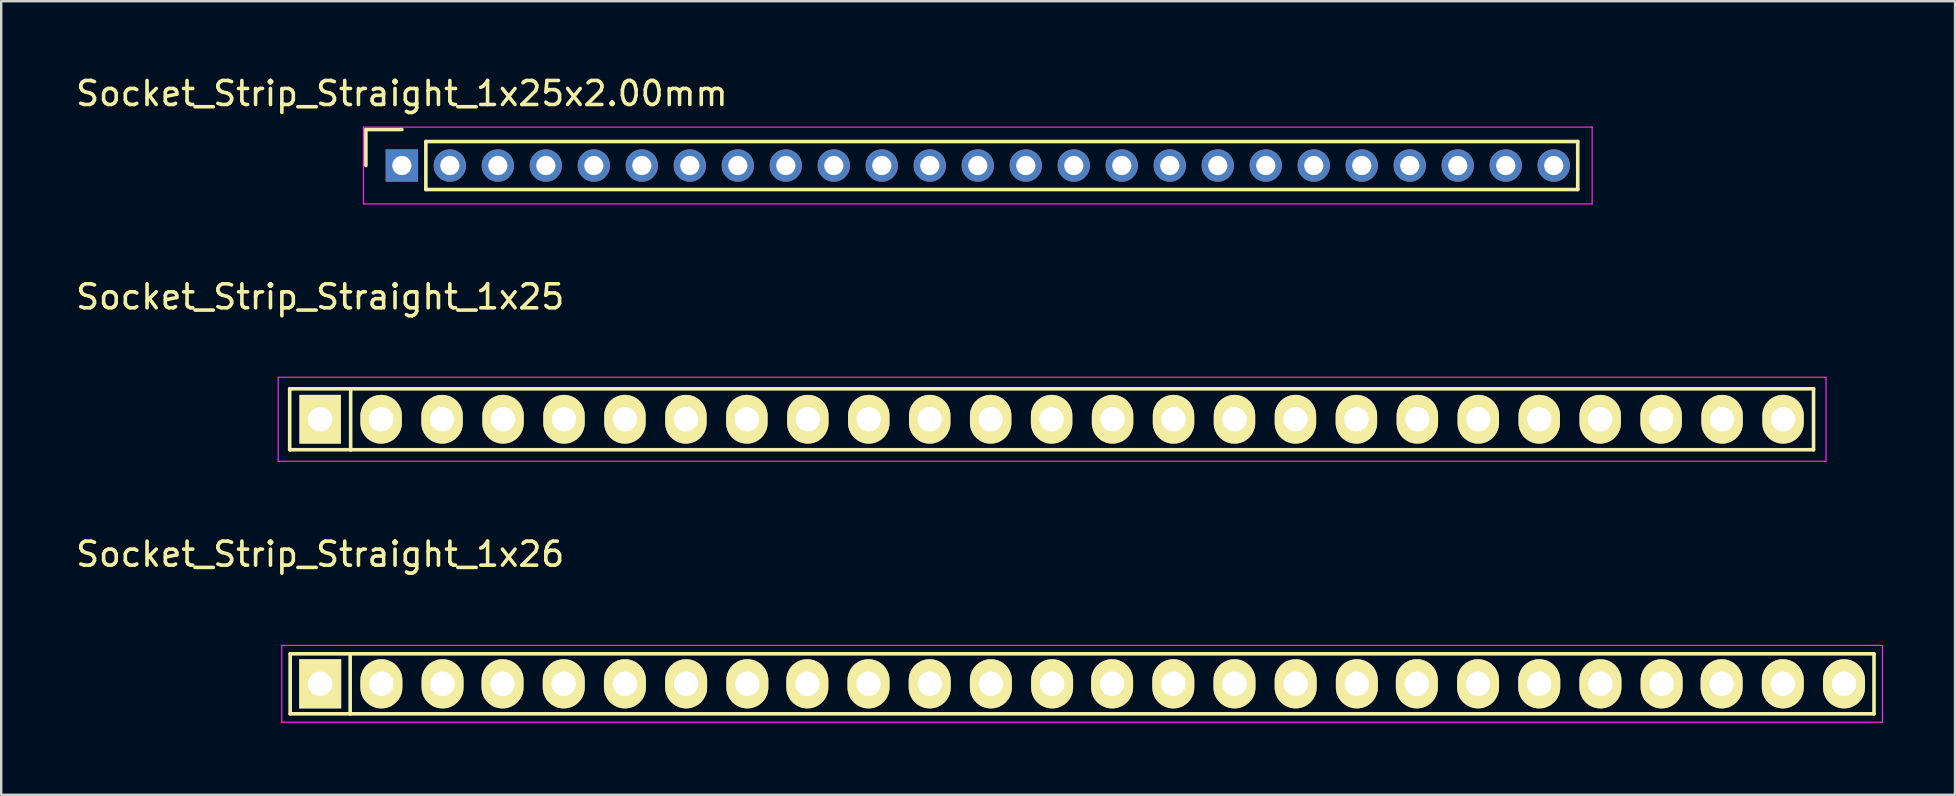
<source format=kicad_pcb>
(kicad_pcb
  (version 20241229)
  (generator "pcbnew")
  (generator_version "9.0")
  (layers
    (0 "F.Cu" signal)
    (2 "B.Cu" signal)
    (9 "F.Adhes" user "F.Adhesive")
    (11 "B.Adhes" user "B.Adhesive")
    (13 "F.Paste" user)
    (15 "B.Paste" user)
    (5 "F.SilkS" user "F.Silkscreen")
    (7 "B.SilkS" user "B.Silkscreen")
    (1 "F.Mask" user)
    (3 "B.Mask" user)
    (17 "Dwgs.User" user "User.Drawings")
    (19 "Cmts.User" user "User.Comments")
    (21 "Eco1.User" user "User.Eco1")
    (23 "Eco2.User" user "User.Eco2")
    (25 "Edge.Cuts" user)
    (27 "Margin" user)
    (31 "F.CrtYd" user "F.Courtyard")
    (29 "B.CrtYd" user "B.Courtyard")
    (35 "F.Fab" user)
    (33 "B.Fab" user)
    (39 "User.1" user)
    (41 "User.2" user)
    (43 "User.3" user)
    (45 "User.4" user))
  (footprint "Socket_Strip_Straight_1x25"
    (layer "F.Cu")
    (at 10.292 14.421)
    (property "Reference" "Socket_Strip_Straight_1x25" (at 0 -5.1 0) (layer "F.SilkS") (effects (font (size 1 1) (thickness 0.15))))
    (attr through_hole)
    (fp_line (start -1.27 -1.27) (end 1.27 -1.27) (stroke (width 0.15) (type solid)) (layer "F.SilkS"))
    (fp_line (start -1.27 1.27) (end -1.27 -1.27) (stroke (width 0.15) (type solid)) (layer "F.SilkS"))
    (fp_line (start -1.27 1.27) (end 1.27 1.27) (stroke (width 0.15) (type solid)) (layer "F.SilkS"))
    (fp_line (start 1.27 -1.27) (end 62.23 -1.27) (stroke (width 0.15) (type solid)) (layer "F.SilkS"))
    (fp_line (start 1.27 1.27) (end 1.27 -1.27) (stroke (width 0.15) (type solid)) (layer "F.SilkS"))
    (fp_line (start 62.23 -1.27) (end 62.23 1.27) (stroke (width 0.15) (type solid)) (layer "F.SilkS"))
    (fp_line (start 62.23 1.27) (end 1.27 1.27) (stroke (width 0.15) (type solid)) (layer "F.SilkS"))
    (fp_line (start -1.75 -1.75) (end -1.75 1.75) (stroke (width 0.05) (type solid)) (layer "F.CrtYd"))
    (fp_line (start -1.75 -1.75) (end 62.75 -1.75) (stroke (width 0.05) (type solid)) (layer "F.CrtYd"))
    (fp_line (start -1.75 1.75) (end 62.75 1.75) (stroke (width 0.05) (type solid)) (layer "F.CrtYd"))
    (fp_line (start 62.75 -1.75) (end 62.75 1.75) (stroke (width 0.05) (type solid)) (layer "F.CrtYd"))
    (pad "1" thru_hole rect (at 0 0) (size 1.727 2.032) (drill 1.016) (layers "*.Cu" "*.Mask" "F.SilkS"))
    (pad "2" thru_hole oval (at 2.54 0) (size 1.727 2.032) (drill 1.016) (layers "*.Cu" "*.Mask" "F.SilkS"))
    (pad "3" thru_hole oval (at 5.08 0) (size 1.727 2.032) (drill 1.016) (layers "*.Cu" "*.Mask" "F.SilkS"))
    (pad "4" thru_hole oval (at 7.62 0) (size 1.727 2.032) (drill 1.016) (layers "*.Cu" "*.Mask" "F.SilkS"))
    (pad "5" thru_hole oval (at 10.16 0) (size 1.727 2.032) (drill 1.016) (layers "*.Cu" "*.Mask" "F.SilkS"))
    (pad "6" thru_hole oval (at 12.7 0) (size 1.727 2.032) (drill 1.016) (layers "*.Cu" "*.Mask" "F.SilkS"))
    (pad "7" thru_hole oval (at 15.24 0) (size 1.727 2.032) (drill 1.016) (layers "*.Cu" "*.Mask" "F.SilkS"))
    (pad "8" thru_hole oval (at 17.78 0) (size 1.727 2.032) (drill 1.016) (layers "*.Cu" "*.Mask" "F.SilkS"))
    (pad "9" thru_hole oval (at 20.32 0) (size 1.727 2.032) (drill 1.016) (layers "*.Cu" "*.Mask" "F.SilkS"))
    (pad "10" thru_hole oval (at 22.86 0) (size 1.727 2.032) (drill 1.016) (layers "*.Cu" "*.Mask" "F.SilkS"))
    (pad "11" thru_hole oval (at 25.4 0) (size 1.727 2.032) (drill 1.016) (layers "*.Cu" "*.Mask" "F.SilkS"))
    (pad "12" thru_hole oval (at 27.94 0) (size 1.727 2.032) (drill 1.016) (layers "*.Cu" "*.Mask" "F.SilkS"))
    (pad "13" thru_hole oval (at 30.48 0) (size 1.727 2.032) (drill 1.016) (layers "*.Cu" "*.Mask" "F.SilkS"))
    (pad "14" thru_hole oval (at 33.02 0) (size 1.727 2.032) (drill 1.016) (layers "*.Cu" "*.Mask" "F.SilkS"))
    (pad "15" thru_hole oval (at 35.56 0) (size 1.727 2.032) (drill 1.016) (layers "*.Cu" "*.Mask" "F.SilkS"))
    (pad "16" thru_hole oval (at 38.1 0) (size 1.727 2.032) (drill 1.016) (layers "*.Cu" "*.Mask" "F.SilkS"))
    (pad "17" thru_hole oval (at 40.64 0) (size 1.727 2.032) (drill 1.016) (layers "*.Cu" "*.Mask" "F.SilkS"))
    (pad "18" thru_hole oval (at 43.18 0) (size 1.727 2.032) (drill 1.016) (layers "*.Cu" "*.Mask" "F.SilkS"))
    (pad "19" thru_hole oval (at 45.72 0) (size 1.727 2.032) (drill 1.016) (layers "*.Cu" "*.Mask" "F.SilkS"))
    (pad "20" thru_hole oval (at 48.26 0) (size 1.727 2.032) (drill 1.016) (layers "*.Cu" "*.Mask" "F.SilkS"))
    (pad "21" thru_hole oval (at 50.8 0) (size 1.727 2.032) (drill 1.016) (layers "*.Cu" "*.Mask" "F.SilkS"))
    (pad "22" thru_hole oval (at 53.34 0) (size 1.727 2.032) (drill 1.016) (layers "*.Cu" "*.Mask" "F.SilkS"))
    (pad "23" thru_hole oval (at 55.88 0) (size 1.727 2.032) (drill 1.016) (layers "*.Cu" "*.Mask" "F.SilkS"))
    (pad "24" thru_hole oval (at 58.42 0) (size 1.727 2.032) (drill 1.016) (layers "*.Cu" "*.Mask" "F.SilkS"))
    (pad "25" thru_hole oval (at 60.96 0) (size 1.727 2.032) (drill 1.016) (layers "*.Cu" "*.Mask" "F.SilkS")))
  (footprint "Socket_Strip_Straight_1x26"
    (layer "F.Cu")
    (at 10.292 25.445)
    (property "Reference" "Socket_Strip_Straight_1x26" (at 0 -5.4 0) (layer "F.SilkS") (effects (font (size 1 1) (thickness 0.15))))
    (attr through_hole)
    (fp_line (start -1.25 -1.25) (end 1.25 -1.25) (stroke (width 0.15) (type solid)) (layer "F.SilkS"))
    (fp_line (start -1.25 1.25) (end -1.25 -1.25) (stroke (width 0.15) (type solid)) (layer "F.SilkS"))
    (fp_line (start -1.25 1.25) (end 1.25 1.25) (stroke (width 0.15) (type solid)) (layer "F.SilkS"))
    (fp_line (start 1.25 -1.25) (end 64.75 -1.25) (stroke (width 0.15) (type solid)) (layer "F.SilkS"))
    (fp_line (start 1.25 1.25) (end 1.25 -1.25) (stroke (width 0.15) (type solid)) (layer "F.SilkS"))
    (fp_line (start 64.75 -1.25) (end 64.75 1.25) (stroke (width 0.15) (type solid)) (layer "F.SilkS"))
    (fp_line (start 64.75 1.25) (end 1.25 1.25) (stroke (width 0.15) (type solid)) (layer "F.SilkS"))
    (fp_line (start -1.6 -1.6) (end -1.6 1.6) (stroke (width 0.05) (type solid)) (layer "F.CrtYd"))
    (fp_line (start -1.6 -1.6) (end 65.1 -1.6) (stroke (width 0.05) (type solid)) (layer "F.CrtYd"))
    (fp_line (start -1.6 1.6) (end 65.1 1.6) (stroke (width 0.05) (type solid)) (layer "F.CrtYd"))
    (fp_line (start 65.1 -1.6) (end 65.1 1.6) (stroke (width 0.05) (type solid)) (layer "F.CrtYd"))
    (pad "1" thru_hole rect (at 0 0) (size 1.75 2.05) (drill 1.016) (layers "*.Cu" "*.Mask" "F.SilkS"))
    (pad "2" thru_hole oval (at 2.55 0) (size 1.75 2.05) (drill 1.016) (layers "*.Cu" "*.Mask" "F.SilkS"))
    (pad "3" thru_hole oval (at 5.1 0) (size 1.75 2.05) (drill 1.016) (layers "*.Cu" "*.Mask" "F.SilkS"))
    (pad "4" thru_hole oval (at 7.6 0) (size 1.75 2.05) (drill 1.016) (layers "*.Cu" "*.Mask" "F.SilkS"))
    (pad "5" thru_hole oval (at 10.15 0) (size 1.75 2.05) (drill 1.016) (layers "*.Cu" "*.Mask" "F.SilkS"))
    (pad "6" thru_hole oval (at 12.7 0) (size 1.75 2.05) (drill 1.016) (layers "*.Cu" "*.Mask" "F.SilkS"))
    (pad "7" thru_hole oval (at 15.25 0) (size 1.75 2.05) (drill 1.016) (layers "*.Cu" "*.Mask" "F.SilkS"))
    (pad "8" thru_hole oval (at 17.8 0) (size 1.75 2.05) (drill 1.016) (layers "*.Cu" "*.Mask" "F.SilkS"))
    (pad "9" thru_hole oval (at 20.3 0) (size 1.75 2.05) (drill 1.016) (layers "*.Cu" "*.Mask" "F.SilkS"))
    (pad "10" thru_hole oval (at 22.85 0) (size 1.75 2.05) (drill 1.016) (layers "*.Cu" "*.Mask" "F.SilkS"))
    (pad "11" thru_hole oval (at 25.4 0) (size 1.75 2.05) (drill 1.016) (layers "*.Cu" "*.Mask" "F.SilkS"))
    (pad "12" thru_hole oval (at 27.95 0) (size 1.75 2.05) (drill 1.016) (layers "*.Cu" "*.Mask" "F.SilkS"))
    (pad "13" thru_hole oval (at 30.5 0) (size 1.75 2.05) (drill 1.016) (layers "*.Cu" "*.Mask" "F.SilkS"))
    (pad "14" thru_hole oval (at 33 0) (size 1.75 2.05) (drill 1.016) (layers "*.Cu" "*.Mask" "F.SilkS"))
    (pad "15" thru_hole oval (at 35.55 0) (size 1.75 2.05) (drill 1.016) (layers "*.Cu" "*.Mask" "F.SilkS"))
    (pad "16" thru_hole oval (at 38.1 0) (size 1.75 2.05) (drill 1.016) (layers "*.Cu" "*.Mask" "F.SilkS"))
    (pad "17" thru_hole oval (at 40.65 0) (size 1.75 2.05) (drill 1.016) (layers "*.Cu" "*.Mask" "F.SilkS"))
    (pad "18" thru_hole oval (at 43.2 0) (size 1.75 2.05) (drill 1.016) (layers "*.Cu" "*.Mask" "F.SilkS"))
    (pad "19" thru_hole oval (at 45.7 0) (size 1.75 2.05) (drill 1.016) (layers "*.Cu" "*.Mask" "F.SilkS"))
    (pad "20" thru_hole oval (at 48.25 0) (size 1.75 2.05) (drill 1.016) (layers "*.Cu" "*.Mask" "F.SilkS"))
    (pad "21" thru_hole oval (at 50.8 0) (size 1.75 2.05) (drill 1.016) (layers "*.Cu" "*.Mask" "F.SilkS"))
    (pad "22" thru_hole oval (at 53.35 0) (size 1.75 2.05) (drill 1.016) (layers "*.Cu" "*.Mask" "F.SilkS"))
    (pad "23" thru_hole oval (at 55.9 0) (size 1.75 2.05) (drill 1.016) (layers "*.Cu" "*.Mask" "F.SilkS"))
    (pad "24" thru_hole oval (at 58.4 0) (size 1.75 2.05) (drill 1.016) (layers "*.Cu" "*.Mask" "F.SilkS"))
    (pad "25" thru_hole oval (at 60.95 0) (size 1.75 2.05) (drill 1.016) (layers "*.Cu" "*.Mask" "F.SilkS"))
    (pad "26" thru_hole oval (at 63.5 0) (size 1.75 2.05) (drill 1.016) (layers "*.Cu" "*.Mask" "F.SilkS")))
  (footprint "Socket_Strip_Straight_1x25x2.00mm"
    (layer "F.Cu")
    (at 13.696 3.848)
    (property "Reference" "Socket_Strip_Straight_1x25x2.00mm" (at 0 -3 0) (layer "F.SilkS") (effects (font (size 1 1) (thickness 0.15))))
    (attr through_hole)
    (fp_line (start -1.5 -1.5) (end -1.5 0) (stroke (width 0.15) (type solid)) (layer "F.SilkS"))
    (fp_line (start 0 -1.5) (end -1.5 -1.5) (stroke (width 0.15) (type solid)) (layer "F.SilkS"))
    (fp_line (start 1 -1) (end 1 1) (stroke (width 0.15) (type solid)) (layer "F.SilkS"))
    (fp_line (start 1 1) (end 49 1) (stroke (width 0.15) (type solid)) (layer "F.SilkS"))
    (fp_line (start 49 -1) (end 1 -1) (stroke (width 0.15) (type solid)) (layer "F.SilkS"))
    (fp_line (start 49 1) (end 49 -1) (stroke (width 0.15) (type solid)) (layer "F.SilkS"))
    (fp_line (start -1.6 -1.6) (end -1.6 1.6) (stroke (width 0.05) (type solid)) (layer "F.CrtYd"))
    (fp_line (start -1.6 1.6) (end 49.6 1.6) (stroke (width 0.05) (type solid)) (layer "F.CrtYd"))
    (fp_line (start 49.6 -1.6) (end -1.6 -1.6) (stroke (width 0.05) (type solid)) (layer "F.CrtYd"))
    (fp_line (start 49.6 1.6) (end 49.6 -1.6) (stroke (width 0.05) (type solid)) (layer "F.CrtYd"))
    (pad "1" thru_hole rect (at 0 0) (size 1.35 1.35) (drill 0.8) (layers "*.Cu" "*.Mask"))
    (pad "2" thru_hole circle (at 2 0) (size 1.35 1.35) (drill 0.8) (layers "*.Cu" "*.Mask"))
    (pad "3" thru_hole circle (at 4 0) (size 1.35 1.35) (drill 0.8) (layers "*.Cu" "*.Mask"))
    (pad "4" thru_hole circle (at 6 0) (size 1.35 1.35) (drill 0.8) (layers "*.Cu" "*.Mask"))
    (pad "5" thru_hole circle (at 8 0) (size 1.35 1.35) (drill 0.8) (layers "*.Cu" "*.Mask"))
    (pad "6" thru_hole circle (at 10 0) (size 1.35 1.35) (drill 0.8) (layers "*.Cu" "*.Mask"))
    (pad "7" thru_hole circle (at 12 0) (size 1.35 1.35) (drill 0.8) (layers "*.Cu" "*.Mask"))
    (pad "8" thru_hole circle (at 14 0) (size 1.35 1.35) (drill 0.8) (layers "*.Cu" "*.Mask"))
    (pad "9" thru_hole circle (at 16 0) (size 1.35 1.35) (drill 0.8) (layers "*.Cu" "*.Mask"))
    (pad "10" thru_hole circle (at 18 0) (size 1.35 1.35) (drill 0.8) (layers "*.Cu" "*.Mask"))
    (pad "11" thru_hole circle (at 20 0) (size 1.35 1.35) (drill 0.8) (layers "*.Cu" "*.Mask"))
    (pad "12" thru_hole circle (at 22 0) (size 1.35 1.35) (drill 0.8) (layers "*.Cu" "*.Mask"))
    (pad "13" thru_hole circle (at 24 0) (size 1.35 1.35) (drill 0.8) (layers "*.Cu" "*.Mask"))
    (pad "14" thru_hole circle (at 26 0) (size 1.35 1.35) (drill 0.8) (layers "*.Cu" "*.Mask"))
    (pad "15" thru_hole circle (at 28 0) (size 1.35 1.35) (drill 0.8) (layers "*.Cu" "*.Mask"))
    (pad "16" thru_hole circle (at 30 0) (size 1.35 1.35) (drill 0.8) (layers "*.Cu" "*.Mask"))
    (pad "17" thru_hole circle (at 32 0) (size 1.35 1.35) (drill 0.8) (layers "*.Cu" "*.Mask"))
    (pad "18" thru_hole circle (at 34 0) (size 1.35 1.35) (drill 0.8) (layers "*.Cu" "*.Mask"))
    (pad "19" thru_hole circle (at 36 0) (size 1.35 1.35) (drill 0.8) (layers "*.Cu" "*.Mask"))
    (pad "20" thru_hole circle (at 38 0) (size 1.35 1.35) (drill 0.8) (layers "*.Cu" "*.Mask"))
    (pad "21" thru_hole circle (at 40 0) (size 1.35 1.35) (drill 0.8) (layers "*.Cu" "*.Mask"))
    (pad "22" thru_hole circle (at 42 0) (size 1.35 1.35) (drill 0.8) (layers "*.Cu" "*.Mask"))
    (pad "23" thru_hole circle (at 44 0) (size 1.35 1.35) (drill 0.8) (layers "*.Cu" "*.Mask"))
    (pad "24" thru_hole circle (at 46 0) (size 1.35 1.35) (drill 0.8) (layers "*.Cu" "*.Mask"))
    (pad "25" thru_hole circle (at 48 0) (size 1.35 1.35) (drill 0.8) (layers "*.Cu" "*.Mask")))
  (gr_rect
    (start -3 -3)
    (end 78.417 30.07)
    (stroke (width 0.1) (type default))
    (fill no)
    (layer "Edge.Cuts")))
</source>
